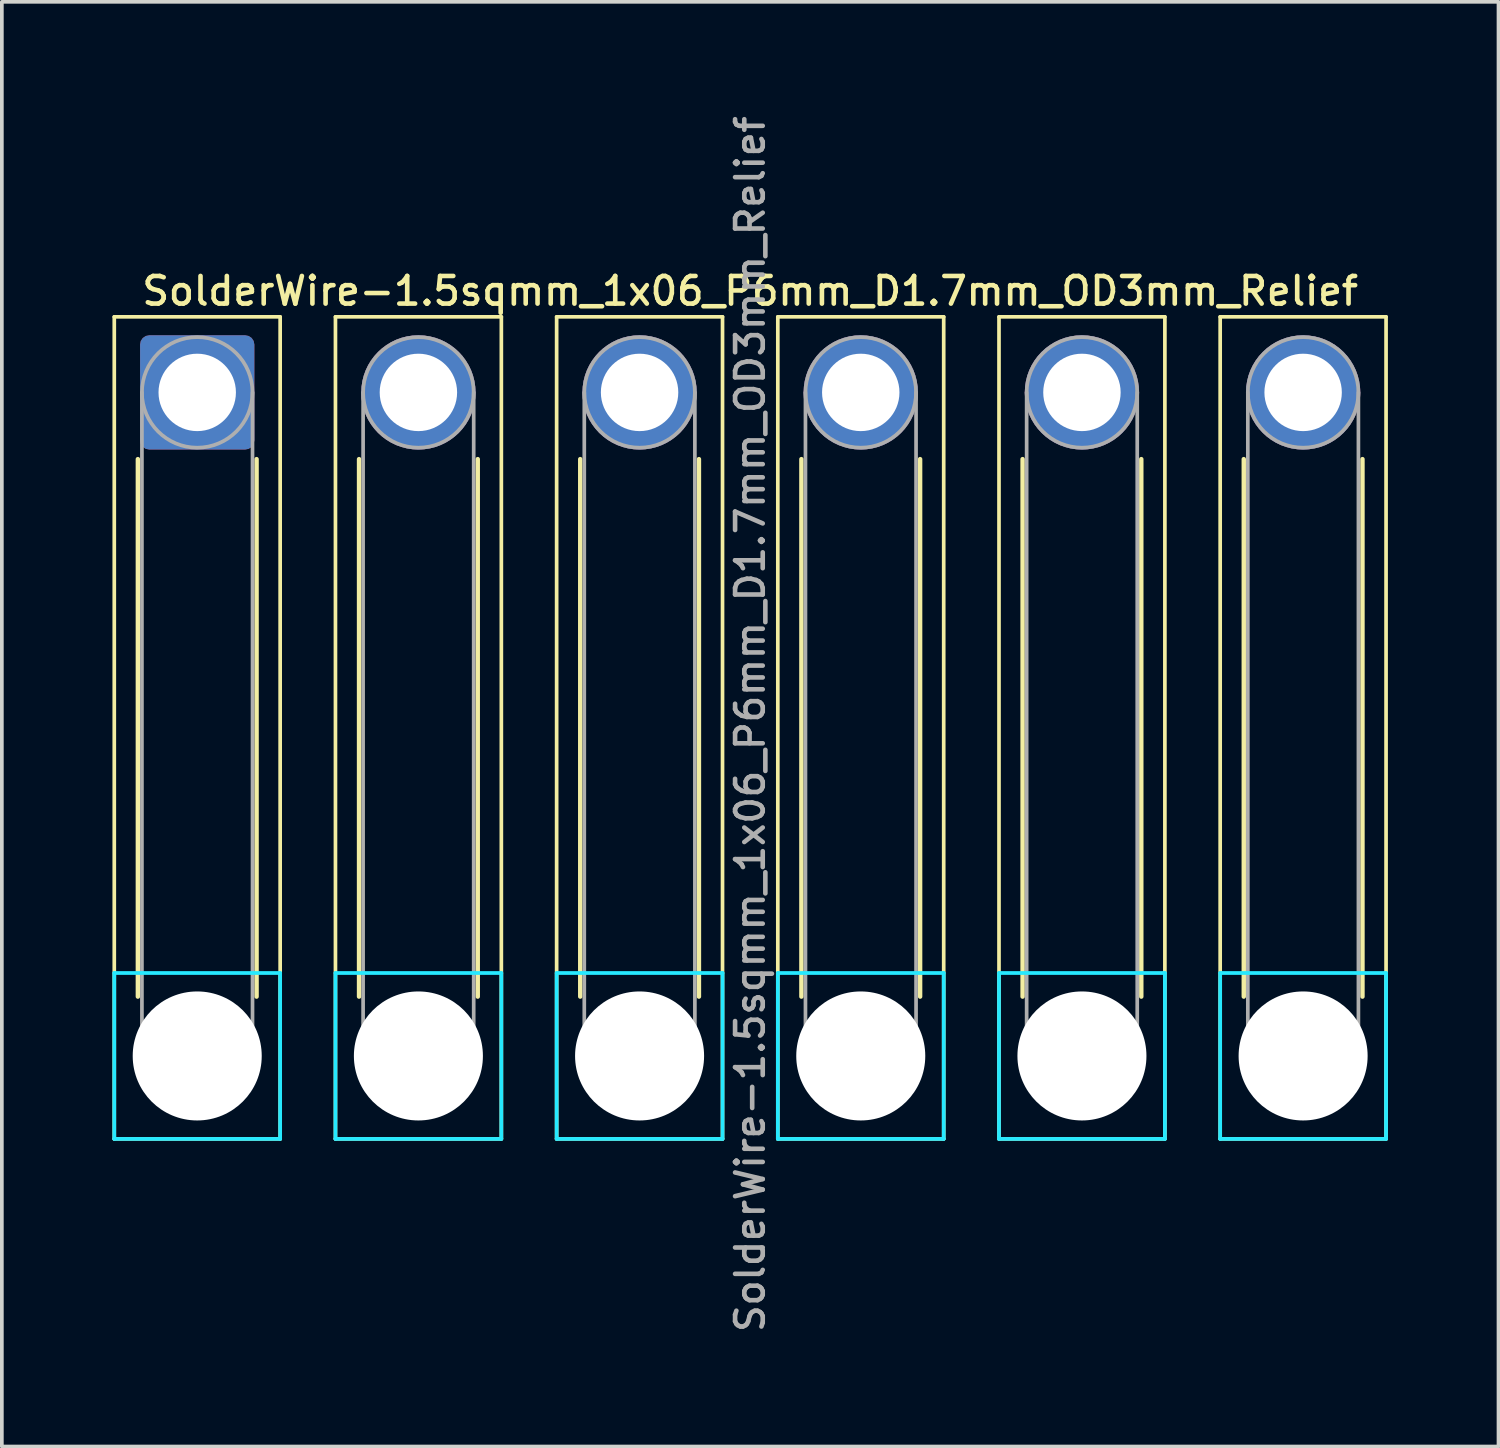
<source format=kicad_pcb>
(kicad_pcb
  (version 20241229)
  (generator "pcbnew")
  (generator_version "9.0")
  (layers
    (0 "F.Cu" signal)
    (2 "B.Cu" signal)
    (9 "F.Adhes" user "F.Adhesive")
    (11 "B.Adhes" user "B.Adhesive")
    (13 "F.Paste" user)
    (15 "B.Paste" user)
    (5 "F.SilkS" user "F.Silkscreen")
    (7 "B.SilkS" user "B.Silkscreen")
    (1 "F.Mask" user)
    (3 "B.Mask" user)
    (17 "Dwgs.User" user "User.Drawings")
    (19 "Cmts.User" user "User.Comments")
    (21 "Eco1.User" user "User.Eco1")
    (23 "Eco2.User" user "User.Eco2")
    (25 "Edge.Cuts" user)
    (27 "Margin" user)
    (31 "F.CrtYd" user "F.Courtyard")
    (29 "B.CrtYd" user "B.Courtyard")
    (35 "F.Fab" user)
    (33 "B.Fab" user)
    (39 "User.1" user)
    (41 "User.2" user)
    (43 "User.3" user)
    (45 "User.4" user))
  (footprint "SolderWire-1.5sqmm_1x06_P6mm_D1.7mm_OD3mm_Relief"
    (layer "F.Cu")
    (at 2.3 7.595)
    (property "Reference" "SolderWire-1.5sqmm_1x06_P6mm_D1.7mm_OD3mm_Relief" (at 15 -2.75 0) (layer "F.SilkS") (effects (font (size 0.75 0.75) (thickness 0.125))))
    (attr exclude_from_pos_files exclude_from_bom)
    (fp_line (start -2.25 -2.05) (end -2.25 20.25) (stroke (width 0.1) (type solid)) (layer "F.SilkS"))
    (fp_line (start -2.25 20.25) (end 2.25 20.25) (stroke (width 0.1) (type solid)) (layer "F.SilkS"))
    (fp_line (start -1.61 1.81) (end -1.61 16.39) (stroke (width 0.12) (type solid)) (layer "F.SilkS"))
    (fp_line (start 1.61 1.81) (end 1.61 16.39) (stroke (width 0.12) (type solid)) (layer "F.SilkS"))
    (fp_line (start 2.25 -2.05) (end -2.25 -2.05) (stroke (width 0.1) (type solid)) (layer "F.SilkS"))
    (fp_line (start 2.25 20.25) (end 2.25 -2.05) (stroke (width 0.1) (type solid)) (layer "F.SilkS"))
    (fp_line (start 3.75 -2.05) (end 3.75 20.25) (stroke (width 0.1) (type solid)) (layer "F.SilkS"))
    (fp_line (start 3.75 20.25) (end 8.25 20.25) (stroke (width 0.1) (type solid)) (layer "F.SilkS"))
    (fp_line (start 4.39 1.81) (end 4.39 16.39) (stroke (width 0.12) (type solid)) (layer "F.SilkS"))
    (fp_line (start 7.61 1.81) (end 7.61 16.39) (stroke (width 0.12) (type solid)) (layer "F.SilkS"))
    (fp_line (start 8.25 -2.05) (end 3.75 -2.05) (stroke (width 0.1) (type solid)) (layer "F.SilkS"))
    (fp_line (start 8.25 20.25) (end 8.25 -2.05) (stroke (width 0.1) (type solid)) (layer "F.SilkS"))
    (fp_line (start 9.75 -2.05) (end 9.75 20.25) (stroke (width 0.1) (type solid)) (layer "F.SilkS"))
    (fp_line (start 9.75 20.25) (end 14.25 20.25) (stroke (width 0.1) (type solid)) (layer "F.SilkS"))
    (fp_line (start 10.39 1.81) (end 10.39 16.39) (stroke (width 0.12) (type solid)) (layer "F.SilkS"))
    (fp_line (start 13.61 1.81) (end 13.61 16.39) (stroke (width 0.12) (type solid)) (layer "F.SilkS"))
    (fp_line (start 14.25 -2.05) (end 9.75 -2.05) (stroke (width 0.1) (type solid)) (layer "F.SilkS"))
    (fp_line (start 14.25 20.25) (end 14.25 -2.05) (stroke (width 0.1) (type solid)) (layer "F.SilkS"))
    (fp_line (start 15.75 -2.05) (end 15.75 20.25) (stroke (width 0.1) (type solid)) (layer "F.SilkS"))
    (fp_line (start 15.75 20.25) (end 20.25 20.25) (stroke (width 0.1) (type solid)) (layer "F.SilkS"))
    (fp_line (start 16.39 1.81) (end 16.39 16.39) (stroke (width 0.12) (type solid)) (layer "F.SilkS"))
    (fp_line (start 19.61 1.81) (end 19.61 16.39) (stroke (width 0.12) (type solid)) (layer "F.SilkS"))
    (fp_line (start 20.25 -2.05) (end 15.75 -2.05) (stroke (width 0.1) (type solid)) (layer "F.SilkS"))
    (fp_line (start 20.25 20.25) (end 20.25 -2.05) (stroke (width 0.1) (type solid)) (layer "F.SilkS"))
    (fp_line (start 21.75 -2.05) (end 21.75 20.25) (stroke (width 0.1) (type solid)) (layer "F.SilkS"))
    (fp_line (start 21.75 20.25) (end 26.25 20.25) (stroke (width 0.1) (type solid)) (layer "F.SilkS"))
    (fp_line (start 22.39 1.81) (end 22.39 16.39) (stroke (width 0.12) (type solid)) (layer "F.SilkS"))
    (fp_line (start 25.61 1.81) (end 25.61 16.39) (stroke (width 0.12) (type solid)) (layer "F.SilkS"))
    (fp_line (start 26.25 -2.05) (end 21.75 -2.05) (stroke (width 0.1) (type solid)) (layer "F.SilkS"))
    (fp_line (start 26.25 20.25) (end 26.25 -2.05) (stroke (width 0.1) (type solid)) (layer "F.SilkS"))
    (fp_line (start 27.75 -2.05) (end 27.75 20.25) (stroke (width 0.1) (type solid)) (layer "F.SilkS"))
    (fp_line (start 27.75 20.25) (end 32.25 20.25) (stroke (width 0.1) (type solid)) (layer "F.SilkS"))
    (fp_line (start 28.39 1.81) (end 28.39 16.39) (stroke (width 0.12) (type solid)) (layer "F.SilkS"))
    (fp_line (start 31.61 1.81) (end 31.61 16.39) (stroke (width 0.12) (type solid)) (layer "F.SilkS"))
    (fp_line (start 32.25 -2.05) (end 27.75 -2.05) (stroke (width 0.1) (type solid)) (layer "F.SilkS"))
    (fp_line (start 32.25 20.25) (end 32.25 -2.05) (stroke (width 0.1) (type solid)) (layer "F.SilkS"))
    (fp_line (start -2.25 15.75) (end -2.25 20.25) (stroke (width 0.1) (type solid)) (layer "B.CrtYd"))
    (fp_line (start -2.25 20.25) (end 2.25 20.25) (stroke (width 0.1) (type solid)) (layer "B.CrtYd"))
    (fp_line (start 2.25 15.75) (end -2.25 15.75) (stroke (width 0.1) (type solid)) (layer "B.CrtYd"))
    (fp_line (start 2.25 20.25) (end 2.25 15.75) (stroke (width 0.1) (type solid)) (layer "B.CrtYd"))
    (fp_line (start 3.75 15.75) (end 3.75 20.25) (stroke (width 0.1) (type solid)) (layer "B.CrtYd"))
    (fp_line (start 3.75 20.25) (end 8.25 20.25) (stroke (width 0.1) (type solid)) (layer "B.CrtYd"))
    (fp_line (start 8.25 15.75) (end 3.75 15.75) (stroke (width 0.1) (type solid)) (layer "B.CrtYd"))
    (fp_line (start 8.25 20.25) (end 8.25 15.75) (stroke (width 0.1) (type solid)) (layer "B.CrtYd"))
    (fp_line (start 9.75 15.75) (end 9.75 20.25) (stroke (width 0.1) (type solid)) (layer "B.CrtYd"))
    (fp_line (start 9.75 20.25) (end 14.25 20.25) (stroke (width 0.1) (type solid)) (layer "B.CrtYd"))
    (fp_line (start 14.25 15.75) (end 9.75 15.75) (stroke (width 0.1) (type solid)) (layer "B.CrtYd"))
    (fp_line (start 14.25 20.25) (end 14.25 15.75) (stroke (width 0.1) (type solid)) (layer "B.CrtYd"))
    (fp_line (start 15.75 15.75) (end 15.75 20.25) (stroke (width 0.1) (type solid)) (layer "B.CrtYd"))
    (fp_line (start 15.75 20.25) (end 20.25 20.25) (stroke (width 0.1) (type solid)) (layer "B.CrtYd"))
    (fp_line (start 20.25 15.75) (end 15.75 15.75) (stroke (width 0.1) (type solid)) (layer "B.CrtYd"))
    (fp_line (start 20.25 20.25) (end 20.25 15.75) (stroke (width 0.1) (type solid)) (layer "B.CrtYd"))
    (fp_line (start 21.75 15.75) (end 21.75 20.25) (stroke (width 0.1) (type solid)) (layer "B.CrtYd"))
    (fp_line (start 21.75 20.25) (end 26.25 20.25) (stroke (width 0.1) (type solid)) (layer "B.CrtYd"))
    (fp_line (start 26.25 15.75) (end 21.75 15.75) (stroke (width 0.1) (type solid)) (layer "B.CrtYd"))
    (fp_line (start 26.25 20.25) (end 26.25 15.75) (stroke (width 0.1) (type solid)) (layer "B.CrtYd"))
    (fp_line (start 27.75 15.75) (end 27.75 20.25) (stroke (width 0.1) (type solid)) (layer "B.CrtYd"))
    (fp_line (start 27.75 20.25) (end 32.25 20.25) (stroke (width 0.1) (type solid)) (layer "B.CrtYd"))
    (fp_line (start 32.25 15.75) (end 27.75 15.75) (stroke (width 0.1) (type solid)) (layer "B.CrtYd"))
    (fp_line (start 32.25 20.25) (end 32.25 15.75) (stroke (width 0.1) (type solid)) (layer "B.CrtYd"))
    (fp_line (start -1.5 0) (end -1.5 18) (stroke (width 0.1) (type solid)) (layer "F.Fab"))
    (fp_line (start 1.5 0) (end 1.5 18) (stroke (width 0.1) (type solid)) (layer "F.Fab"))
    (fp_line (start 4.5 0) (end 4.5 18) (stroke (width 0.1) (type solid)) (layer "F.Fab"))
    (fp_line (start 7.5 0) (end 7.5 18) (stroke (width 0.1) (type solid)) (layer "F.Fab"))
    (fp_line (start 10.5 0) (end 10.5 18) (stroke (width 0.1) (type solid)) (layer "F.Fab"))
    (fp_line (start 13.5 0) (end 13.5 18) (stroke (width 0.1) (type solid)) (layer "F.Fab"))
    (fp_line (start 16.5 0) (end 16.5 18) (stroke (width 0.1) (type solid)) (layer "F.Fab"))
    (fp_line (start 19.5 0) (end 19.5 18) (stroke (width 0.1) (type solid)) (layer "F.Fab"))
    (fp_line (start 22.5 0) (end 22.5 18) (stroke (width 0.1) (type solid)) (layer "F.Fab"))
    (fp_line (start 25.5 0) (end 25.5 18) (stroke (width 0.1) (type solid)) (layer "F.Fab"))
    (fp_line (start 28.5 0) (end 28.5 18) (stroke (width 0.1) (type solid)) (layer "F.Fab"))
    (fp_line (start 31.5 0) (end 31.5 18) (stroke (width 0.1) (type solid)) (layer "F.Fab"))
    (fp_circle (center 0 0) (end 1.5 0) (stroke (width 0.1) (type solid)) (fill no) (layer "F.Fab"))
    (fp_circle (center 0 18) (end 1.5 18) (stroke (width 0.1) (type solid)) (fill no) (layer "F.Fab"))
    (fp_circle (center 6 0) (end 7.5 0) (stroke (width 0.1) (type solid)) (fill no) (layer "F.Fab"))
    (fp_circle (center 6 18) (end 7.5 18) (stroke (width 0.1) (type solid)) (fill no) (layer "F.Fab"))
    (fp_circle (center 12 0) (end 13.5 0) (stroke (width 0.1) (type solid)) (fill no) (layer "F.Fab"))
    (fp_circle (center 12 18) (end 13.5 18) (stroke (width 0.1) (type solid)) (fill no) (layer "F.Fab"))
    (fp_circle (center 18 0) (end 19.5 0) (stroke (width 0.1) (type solid)) (fill no) (layer "F.Fab"))
    (fp_circle (center 18 18) (end 19.5 18) (stroke (width 0.1) (type solid)) (fill no) (layer "F.Fab"))
    (fp_circle (center 24 0) (end 25.5 0) (stroke (width 0.1) (type solid)) (fill no) (layer "F.Fab"))
    (fp_circle (center 24 18) (end 25.5 18) (stroke (width 0.1) (type solid)) (fill no) (layer "F.Fab"))
    (fp_circle (center 30 0) (end 31.5 0) (stroke (width 0.1) (type solid)) (fill no) (layer "F.Fab"))
    (fp_circle (center 30 18) (end 31.5 18) (stroke (width 0.1) (type solid)) (fill no) (layer "F.Fab"))
    (fp_text user "${REFERENCE}" (at 15 9 90) (layer "F.Fab") (effects (font (size 0.75 0.75) (thickness 0.125))))
    (pad "" np_thru_hole circle (at 0 18) (size 3.5 3.5) (drill 3.5) (layers "*.Cu" "*.Mask"))
    (pad "" np_thru_hole circle (at 6 18) (size 3.5 3.5) (drill 3.5) (layers "*.Cu" "*.Mask"))
    (pad "" np_thru_hole circle (at 12 18) (size 3.5 3.5) (drill 3.5) (layers "*.Cu" "*.Mask"))
    (pad "" np_thru_hole circle (at 18 18) (size 3.5 3.5) (drill 3.5) (layers "*.Cu" "*.Mask"))
    (pad "" np_thru_hole circle (at 24 18) (size 3.5 3.5) (drill 3.5) (layers "*.Cu" "*.Mask"))
    (pad "" np_thru_hole circle (at 30 18) (size 3.5 3.5) (drill 3.5) (layers "*.Cu" "*.Mask"))
    (pad "1" thru_hole roundrect (at 0 0) (size 3.1 3.1) (drill 2.1) (layers "*.Cu" "*.Mask") (roundrect_rratio 0.081))
    (pad "2" thru_hole circle (at 6 0) (size 3.1 3.1) (drill 2.1) (layers "*.Cu" "*.Mask"))
    (pad "3" thru_hole circle (at 12 0) (size 3.1 3.1) (drill 2.1) (layers "*.Cu" "*.Mask"))
    (pad "4" thru_hole circle (at 18 0) (size 3.1 3.1) (drill 2.1) (layers "*.Cu" "*.Mask"))
    (pad "5" thru_hole circle (at 24 0) (size 3.1 3.1) (drill 2.1) (layers "*.Cu" "*.Mask"))
    (pad "6" thru_hole circle (at 30 0) (size 3.1 3.1) (drill 2.1) (layers "*.Cu" "*.Mask")))
  (gr_rect
    (start -3 -3)
    (end 37.6 36.189)
    (stroke (width 0.1) (type default))
    (fill no)
    (layer "Edge.Cuts")))
</source>
